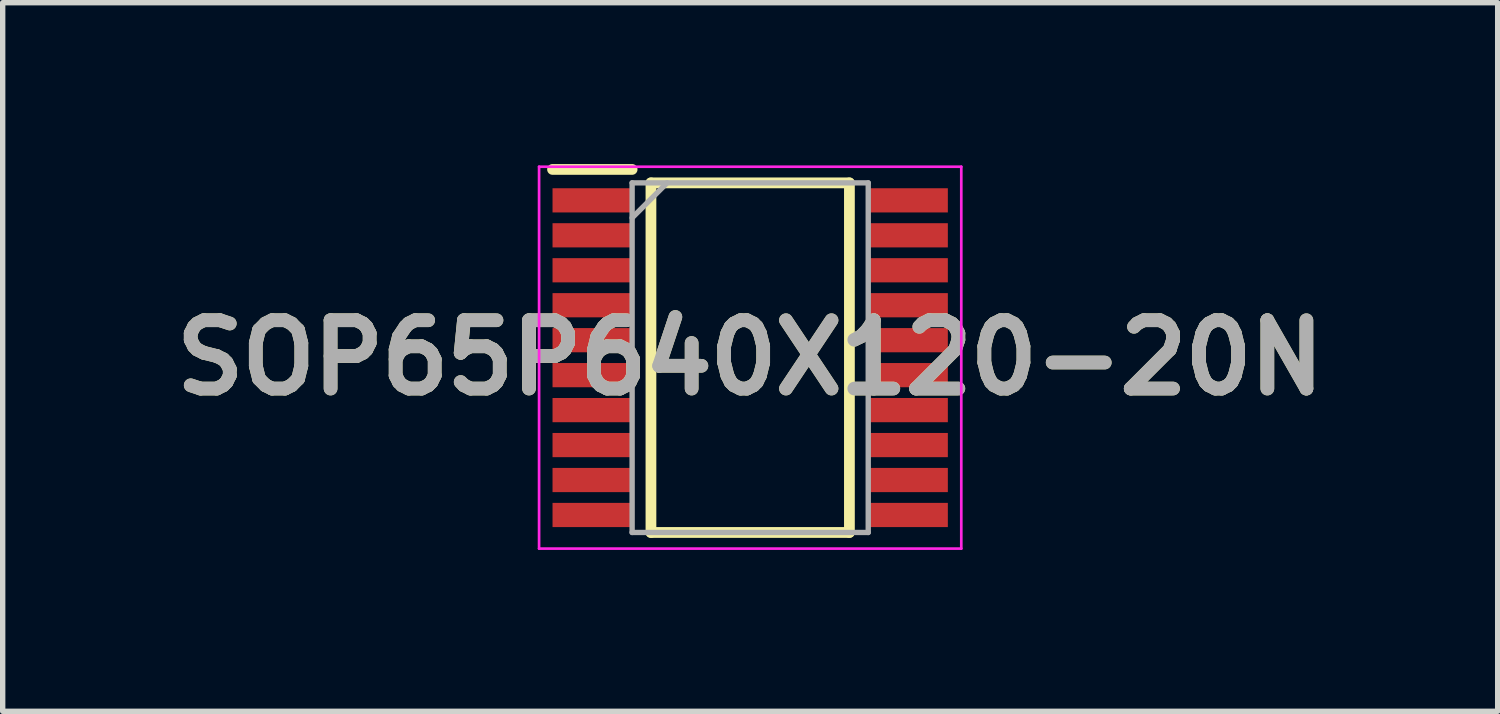
<source format=kicad_pcb>
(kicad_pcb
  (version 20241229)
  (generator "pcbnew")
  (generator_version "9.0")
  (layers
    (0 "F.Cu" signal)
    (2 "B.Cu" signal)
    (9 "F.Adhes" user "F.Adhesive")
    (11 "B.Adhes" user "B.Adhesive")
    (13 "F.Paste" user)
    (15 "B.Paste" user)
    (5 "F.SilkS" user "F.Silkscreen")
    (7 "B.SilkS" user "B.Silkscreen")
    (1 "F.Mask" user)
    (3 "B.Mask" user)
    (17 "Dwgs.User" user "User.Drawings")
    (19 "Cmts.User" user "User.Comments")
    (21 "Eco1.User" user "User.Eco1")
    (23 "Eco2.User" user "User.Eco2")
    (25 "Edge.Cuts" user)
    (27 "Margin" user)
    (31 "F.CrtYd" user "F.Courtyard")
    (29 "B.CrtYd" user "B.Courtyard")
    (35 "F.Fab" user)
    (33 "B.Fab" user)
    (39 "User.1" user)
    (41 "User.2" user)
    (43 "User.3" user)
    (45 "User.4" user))
  (footprint "SOP65P640X120-20N"
    (layer "F.Cu")
    (at 10.898 3.6)
    (property "Reference" "SOP65P640X120-20N" (at 0 0 0) (layer "F.SilkS") (effects (font (size 1.27 1.27) (thickness 0.254))))
    (attr smd)
    (fp_line (start -3.675 -3.5) (end -2.195 -3.5) (stroke (width 0.2) (type solid)) (layer "F.SilkS"))
    (fp_line (start -1.845 -3.25) (end 1.845 -3.25) (stroke (width 0.2) (type solid)) (layer "F.SilkS"))
    (fp_line (start -1.845 3.25) (end -1.845 -3.25) (stroke (width 0.2) (type solid)) (layer "F.SilkS"))
    (fp_line (start 1.845 -3.25) (end 1.845 3.25) (stroke (width 0.2) (type solid)) (layer "F.SilkS"))
    (fp_line (start 1.845 3.25) (end -1.845 3.25) (stroke (width 0.2) (type solid)) (layer "F.SilkS"))
    (fp_line (start -3.925 -3.55) (end 3.925 -3.55) (stroke (width 0.05) (type solid)) (layer "F.CrtYd"))
    (fp_line (start -3.925 3.55) (end -3.925 -3.55) (stroke (width 0.05) (type solid)) (layer "F.CrtYd"))
    (fp_line (start 3.925 -3.55) (end 3.925 3.55) (stroke (width 0.05) (type solid)) (layer "F.CrtYd"))
    (fp_line (start 3.925 3.55) (end -3.925 3.55) (stroke (width 0.05) (type solid)) (layer "F.CrtYd"))
    (fp_line (start -2.195 -3.25) (end 2.195 -3.25) (stroke (width 0.1) (type solid)) (layer "F.Fab"))
    (fp_line (start -2.195 -2.6) (end -1.545 -3.25) (stroke (width 0.1) (type solid)) (layer "F.Fab"))
    (fp_line (start -2.195 3.25) (end -2.195 -3.25) (stroke (width 0.1) (type solid)) (layer "F.Fab"))
    (fp_line (start 2.195 -3.25) (end 2.195 3.25) (stroke (width 0.1) (type solid)) (layer "F.Fab"))
    (fp_line (start 2.195 3.25) (end -2.195 3.25) (stroke (width 0.1) (type solid)) (layer "F.Fab"))
    (fp_text user "${REFERENCE}" (at 0 0 0) (layer "F.Fab") (effects (font (size 1.27 1.27) (thickness 0.254))))
    (pad "1" smd rect (at -2.935 -2.925 90) (size 0.45 1.48) (layers "F.Cu" "F.Mask" "F.Paste"))
    (pad "2" smd rect (at -2.935 -2.275 90) (size 0.45 1.48) (layers "F.Cu" "F.Mask" "F.Paste"))
    (pad "3" smd rect (at -2.935 -1.625 90) (size 0.45 1.48) (layers "F.Cu" "F.Mask" "F.Paste"))
    (pad "4" smd rect (at -2.935 -0.975 90) (size 0.45 1.48) (layers "F.Cu" "F.Mask" "F.Paste"))
    (pad "5" smd rect (at -2.935 -0.325 90) (size 0.45 1.48) (layers "F.Cu" "F.Mask" "F.Paste"))
    (pad "6" smd rect (at -2.935 0.325 90) (size 0.45 1.48) (layers "F.Cu" "F.Mask" "F.Paste"))
    (pad "7" smd rect (at -2.935 0.975 90) (size 0.45 1.48) (layers "F.Cu" "F.Mask" "F.Paste"))
    (pad "8" smd rect (at -2.935 1.625 90) (size 0.45 1.48) (layers "F.Cu" "F.Mask" "F.Paste"))
    (pad "9" smd rect (at -2.935 2.275 90) (size 0.45 1.48) (layers "F.Cu" "F.Mask" "F.Paste"))
    (pad "10" smd rect (at -2.935 2.925 90) (size 0.45 1.48) (layers "F.Cu" "F.Mask" "F.Paste"))
    (pad "11" smd rect (at 2.935 2.925 90) (size 0.45 1.48) (layers "F.Cu" "F.Mask" "F.Paste"))
    (pad "12" smd rect (at 2.935 2.275 90) (size 0.45 1.48) (layers "F.Cu" "F.Mask" "F.Paste"))
    (pad "13" smd rect (at 2.935 1.625 90) (size 0.45 1.48) (layers "F.Cu" "F.Mask" "F.Paste"))
    (pad "14" smd rect (at 2.935 0.975 90) (size 0.45 1.48) (layers "F.Cu" "F.Mask" "F.Paste"))
    (pad "15" smd rect (at 2.935 0.325 90) (size 0.45 1.48) (layers "F.Cu" "F.Mask" "F.Paste"))
    (pad "16" smd rect (at 2.935 -0.325 90) (size 0.45 1.48) (layers "F.Cu" "F.Mask" "F.Paste"))
    (pad "17" smd rect (at 2.935 -0.975 90) (size 0.45 1.48) (layers "F.Cu" "F.Mask" "F.Paste"))
    (pad "18" smd rect (at 2.935 -1.625 90) (size 0.45 1.48) (layers "F.Cu" "F.Mask" "F.Paste"))
    (pad "19" smd rect (at 2.935 -2.275 90) (size 0.45 1.48) (layers "F.Cu" "F.Mask" "F.Paste"))
    (pad "20" smd rect (at 2.935 -2.925 90) (size 0.45 1.48) (layers "F.Cu" "F.Mask" "F.Paste")))
  (gr_rect
    (start -3 -3)
    (end 24.796 10.175)
    (stroke (width 0.1) (type default))
    (fill no)
    (layer "Edge.Cuts")))
</source>
